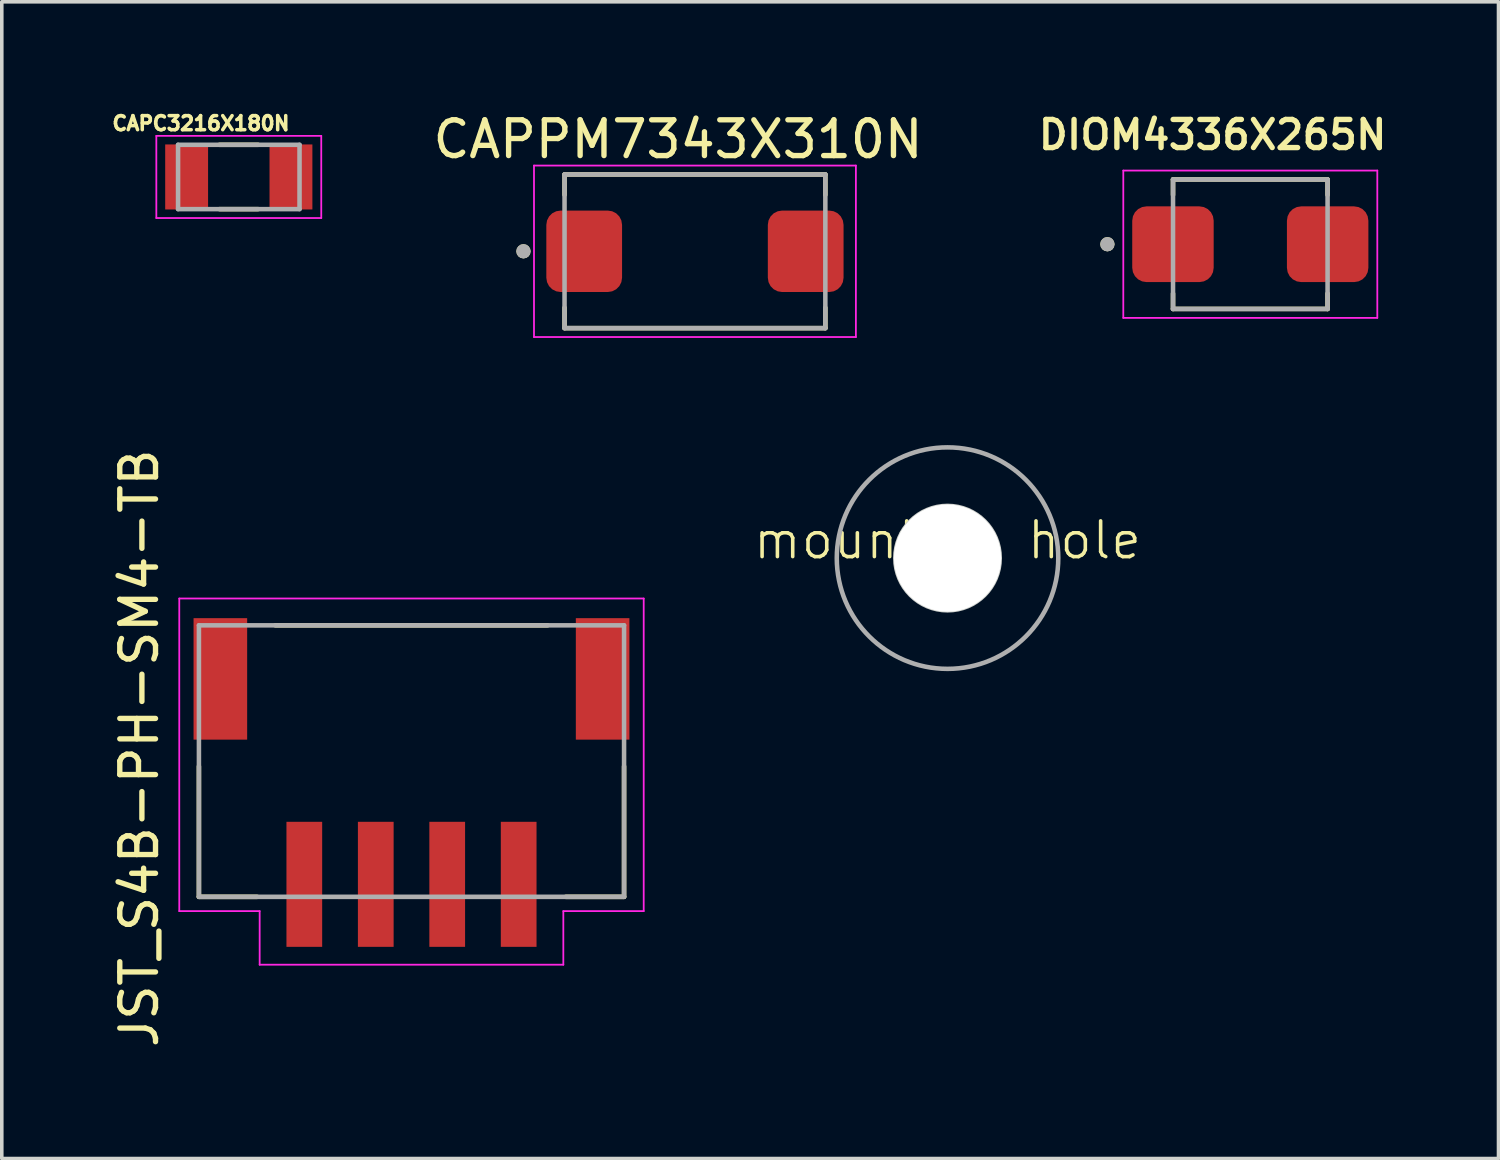
<source format=kicad_pcb>
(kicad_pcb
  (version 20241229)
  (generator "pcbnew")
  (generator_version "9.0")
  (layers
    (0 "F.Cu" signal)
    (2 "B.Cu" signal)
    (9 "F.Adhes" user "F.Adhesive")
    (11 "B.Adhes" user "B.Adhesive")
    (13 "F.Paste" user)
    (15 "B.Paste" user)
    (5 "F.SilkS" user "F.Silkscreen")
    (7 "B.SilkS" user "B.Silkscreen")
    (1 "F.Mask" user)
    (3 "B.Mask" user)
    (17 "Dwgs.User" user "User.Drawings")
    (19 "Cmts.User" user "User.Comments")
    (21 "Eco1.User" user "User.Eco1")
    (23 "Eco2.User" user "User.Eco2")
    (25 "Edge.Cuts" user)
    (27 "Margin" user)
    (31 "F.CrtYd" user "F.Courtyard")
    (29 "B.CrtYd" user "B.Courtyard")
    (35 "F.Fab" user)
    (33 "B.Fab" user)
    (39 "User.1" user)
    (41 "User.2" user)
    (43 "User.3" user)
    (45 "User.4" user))
  (footprint "DIOM4336X265N"
    (layer "F.Cu")
    (at 31.947 3.786)
    (property "Reference" "DIOM4336X265N" (at -1.055 -3.062 0) (layer "F.SilkS") (effects (font (size 0.787 0.787) (thickness 0.15))))
    (attr smd)
    (fp_line (start -2.163 -1.812) (end -2.163 -1.38) (stroke (width 0.127) (type solid)) (layer "F.SilkS"))
    (fp_line (start -2.163 1.812) (end -2.163 1.38) (stroke (width 0.127) (type solid)) (layer "F.SilkS"))
    (fp_line (start -2.163 1.812) (end 2.163 1.812) (stroke (width 0.127) (type solid)) (layer "F.SilkS"))
    (fp_line (start 2.163 -1.812) (end -2.163 -1.812) (stroke (width 0.127) (type solid)) (layer "F.SilkS"))
    (fp_line (start 2.163 -1.38) (end 2.163 -1.812) (stroke (width 0.127) (type solid)) (layer "F.SilkS"))
    (fp_line (start 2.163 1.812) (end 2.163 1.38) (stroke (width 0.127) (type solid)) (layer "F.SilkS"))
    (fp_circle (center -4 0) (end -3.9 0) (stroke (width 0.2) (type solid)) (fill no) (layer "F.SilkS"))
    (fp_line (start -3.555 -2.062) (end -3.555 2.062) (stroke (width 0.05) (type solid)) (layer "F.CrtYd"))
    (fp_line (start -3.555 2.062) (end 3.555 2.062) (stroke (width 0.05) (type solid)) (layer "F.CrtYd"))
    (fp_line (start 3.555 -2.062) (end -3.555 -2.062) (stroke (width 0.05) (type solid)) (layer "F.CrtYd"))
    (fp_line (start 3.555 2.062) (end 3.555 -2.062) (stroke (width 0.05) (type solid)) (layer "F.CrtYd"))
    (fp_line (start -2.163 -1.812) (end -2.163 1.812) (stroke (width 0.127) (type solid)) (layer "F.Fab"))
    (fp_line (start -2.163 1.812) (end 2.163 1.812) (stroke (width 0.127) (type solid)) (layer "F.Fab"))
    (fp_line (start 2.163 -1.812) (end -2.163 -1.812) (stroke (width 0.127) (type solid)) (layer "F.Fab"))
    (fp_line (start 2.163 1.812) (end 2.163 -1.812) (stroke (width 0.127) (type solid)) (layer "F.Fab"))
    (fp_circle (center -4 0) (end -3.9 0) (stroke (width 0.2) (type solid)) (fill no) (layer "F.Fab"))
    (pad "1" smd roundrect (at 2.165 0) (size 2.28 2.12) (layers "F.Cu" "F.Mask" "F.Paste") (roundrect_rratio 0.189))
    (pad "2" smd roundrect (at -2.165 0) (size 2.28 2.12) (layers "F.Cu" "F.Mask" "F.Paste") (roundrect_rratio 0.189)))
  (footprint "CAPC3216X180N"
    (layer "F.Cu")
    (at 3.634 1.903)
    (property "Reference" "CAPC3216X180N" (at -1.06 -1.5 0) (layer "F.SilkS") (effects (font (size 0.394 0.394) (thickness 0.15))))
    (attr smd)
    (fp_line (start -0.54 -0.9) (end 0.54 -0.9) (stroke (width 0.127) (type solid)) (layer "F.SilkS"))
    (fp_line (start -0.54 0.9) (end 0.54 0.9) (stroke (width 0.127) (type solid)) (layer "F.SilkS"))
    (fp_line (start -2.308 -1.15) (end 2.308 -1.15) (stroke (width 0.05) (type solid)) (layer "F.CrtYd"))
    (fp_line (start -2.308 1.15) (end -2.308 -1.15) (stroke (width 0.05) (type solid)) (layer "F.CrtYd"))
    (fp_line (start -2.308 1.15) (end 2.308 1.15) (stroke (width 0.05) (type solid)) (layer "F.CrtYd"))
    (fp_line (start 2.308 1.15) (end 2.308 -1.15) (stroke (width 0.05) (type solid)) (layer "F.CrtYd"))
    (fp_line (start -1.7 0.9) (end -1.7 -0.9) (stroke (width 0.127) (type solid)) (layer "F.Fab"))
    (fp_line (start 1.7 -0.9) (end -1.7 -0.9) (stroke (width 0.127) (type solid)) (layer "F.Fab"))
    (fp_line (start 1.7 0.9) (end -1.7 0.9) (stroke (width 0.127) (type solid)) (layer "F.Fab"))
    (fp_line (start 1.7 0.9) (end 1.7 -0.9) (stroke (width 0.127) (type solid)) (layer "F.Fab"))
    (pad "1" smd rect (at -1.46 0) (size 1.2 1.82) (layers "F.Cu" "F.Mask" "F.Paste"))
    (pad "2" smd rect (at 1.46 0) (size 1.2 1.82) (layers "F.Cu" "F.Mask" "F.Paste")))
  (footprint "JST_S4B-PH-SM4-TB"
    (layer "F.Cu")
    (at 8.468 21.703)
    (property "Reference" "JST_S4B-PH-SM4-TB" (at -7.62 -3.81 90) (layer "F.SilkS") (effects (font (size 1 1) (thickness 0.15))))
    (attr smd)
    (fp_line (start -5.95 -3.302) (end -5.95 0.35) (stroke (width 0.127) (type solid)) (layer "F.SilkS"))
    (fp_line (start -5.95 0.35) (end -4.318 0.35) (stroke (width 0.127) (type solid)) (layer "F.SilkS"))
    (fp_line (start 3.81 -7.25) (end -3.81 -7.25) (stroke (width 0.127) (type solid)) (layer "F.SilkS"))
    (fp_line (start 4.318 0.35) (end 5.95 0.35) (stroke (width 0.127) (type solid)) (layer "F.SilkS"))
    (fp_line (start 5.95 0.35) (end 5.95 -3.302) (stroke (width 0.127) (type solid)) (layer "F.SilkS"))
    (fp_line (start -6.5 -8) (end 6.5 -8) (stroke (width 0.05) (type solid)) (layer "F.CrtYd"))
    (fp_line (start -6.5 0.75) (end -6.5 -8) (stroke (width 0.05) (type solid)) (layer "F.CrtYd"))
    (fp_line (start -4.25 0.75) (end -6.5 0.75) (stroke (width 0.05) (type solid)) (layer "F.CrtYd"))
    (fp_line (start -4.25 2.25) (end -4.25 0.75) (stroke (width 0.05) (type solid)) (layer "F.CrtYd"))
    (fp_line (start 4.25 0.75) (end 4.25 2.25) (stroke (width 0.05) (type solid)) (layer "F.CrtYd"))
    (fp_line (start 4.25 2.25) (end -4.25 2.25) (stroke (width 0.05) (type solid)) (layer "F.CrtYd"))
    (fp_line (start 6.5 -8) (end 6.5 0.75) (stroke (width 0.05) (type solid)) (layer "F.CrtYd"))
    (fp_line (start 6.5 0.75) (end 4.25 0.75) (stroke (width 0.05) (type solid)) (layer "F.CrtYd"))
    (fp_line (start -5.95 -7.25) (end -5.95 0.35) (stroke (width 0.127) (type solid)) (layer "F.Fab"))
    (fp_line (start -5.95 0.35) (end 5.95 0.35) (stroke (width 0.127) (type solid)) (layer "F.Fab"))
    (fp_line (start 5.95 -7.25) (end -5.95 -7.25) (stroke (width 0.127) (type solid)) (layer "F.Fab"))
    (fp_line (start 5.95 0.35) (end 5.95 -7.25) (stroke (width 0.127) (type solid)) (layer "F.Fab"))
    (pad "1" smd rect (at 3 0) (size 1 3.5) (layers "F.Cu" "F.Mask" "F.Paste"))
    (pad "2" smd rect (at 1 0) (size 1 3.5) (layers "F.Cu" "F.Mask" "F.Paste"))
    (pad "3" smd rect (at -1 0) (size 1 3.5) (layers "F.Cu" "F.Mask" "F.Paste"))
    (pad "4" smd rect (at -3 0) (size 1 3.5) (layers "F.Cu" "F.Mask" "F.Paste"))
    (pad "P1" smd rect (at 5.35 -5.75) (size 1.5 3.4) (layers "F.Cu" "F.Mask" "F.Paste"))
    (pad "P2" smd rect (at -5.35 -5.75) (size 1.5 3.4) (layers "F.Cu" "F.Mask" "F.Paste")))
  (footprint "CAPPM7343X310N"
    (layer "F.Cu")
    (at 16.402 3.984)
    (property "Reference" "CAPPM7343X310N" (at -0.473 -3.135 0) (layer "F.SilkS") (effects (font (size 1.001 1.001) (thickness 0.15))))
    (attr smd)
    (fp_line (start -3.65 -2.15) (end 3.65 -2.15) (stroke (width 0.127) (type solid)) (layer "F.SilkS"))
    (fp_line (start -3.65 -1.58) (end -3.65 -2.15) (stroke (width 0.127) (type solid)) (layer "F.SilkS"))
    (fp_line (start -3.65 1.58) (end -3.65 2.15) (stroke (width 0.127) (type solid)) (layer "F.SilkS"))
    (fp_line (start -3.65 2.15) (end 3.65 2.15) (stroke (width 0.127) (type solid)) (layer "F.SilkS"))
    (fp_line (start 3.65 -2.15) (end 3.65 -1.58) (stroke (width 0.127) (type solid)) (layer "F.SilkS"))
    (fp_line (start 3.65 2.15) (end 3.65 1.58) (stroke (width 0.127) (type solid)) (layer "F.SilkS"))
    (fp_circle (center -4.8 0) (end -4.7 0) (stroke (width 0.2) (type solid)) (fill no) (layer "F.SilkS"))
    (fp_line (start -4.505 -2.4) (end -4.505 2.4) (stroke (width 0.05) (type solid)) (layer "F.CrtYd"))
    (fp_line (start -4.505 2.4) (end 4.505 2.4) (stroke (width 0.05) (type solid)) (layer "F.CrtYd"))
    (fp_line (start 4.505 -2.4) (end -4.505 -2.4) (stroke (width 0.05) (type solid)) (layer "F.CrtYd"))
    (fp_line (start 4.505 2.4) (end 4.505 -2.4) (stroke (width 0.05) (type solid)) (layer "F.CrtYd"))
    (fp_line (start -3.65 -2.15) (end -3.65 2.15) (stroke (width 0.127) (type solid)) (layer "F.Fab"))
    (fp_line (start -3.65 2.15) (end 3.65 2.15) (stroke (width 0.127) (type solid)) (layer "F.Fab"))
    (fp_line (start 3.65 -2.15) (end -3.65 -2.15) (stroke (width 0.127) (type solid)) (layer "F.Fab"))
    (fp_line (start 3.65 2.15) (end 3.65 -2.15) (stroke (width 0.127) (type solid)) (layer "F.Fab"))
    (fp_circle (center -4.8 0) (end -4.7 0) (stroke (width 0.2) (type solid)) (fill no) (layer "F.Fab"))
    (pad "1" smd roundrect (at -3.1 0) (size 2.12 2.28) (layers "F.Cu" "F.Mask" "F.Paste") (roundrect_rratio 0.189))
    (pad "2" smd roundrect (at 3.1 0) (size 2.12 2.28) (layers "F.Cu" "F.Mask" "F.Paste") (roundrect_rratio 0.189)))
  (footprint "mounting hole"
    (layer "F.Cu")
    (at 23.472 12.572)
    (property "Reference" "mounting hole" (at 0 -0.5 0) (unlocked yes) (layer "F.SilkS") (effects (font (size 1 1) (thickness 0.1))))
    (fp_circle (center 0 0) (end 1.5 0) (stroke (width 0.05) (type default)) (fill no) (layer "Edge.Cuts"))
    (fp_circle (center 0 0) (end 3.1 0) (stroke (width 0.127) (type solid)) (fill no) (layer "F.Fab"))
    (pad "" np_thru_hole circle (at 0 0) (size 3 3) (drill 3) (layers "*.Cu" "*.Mask")))
  (gr_rect
    (start -3 -3)
    (end 38.894 29.378)
    (stroke (width 0.1) (type default))
    (fill no)
    (layer "Edge.Cuts")))
</source>
